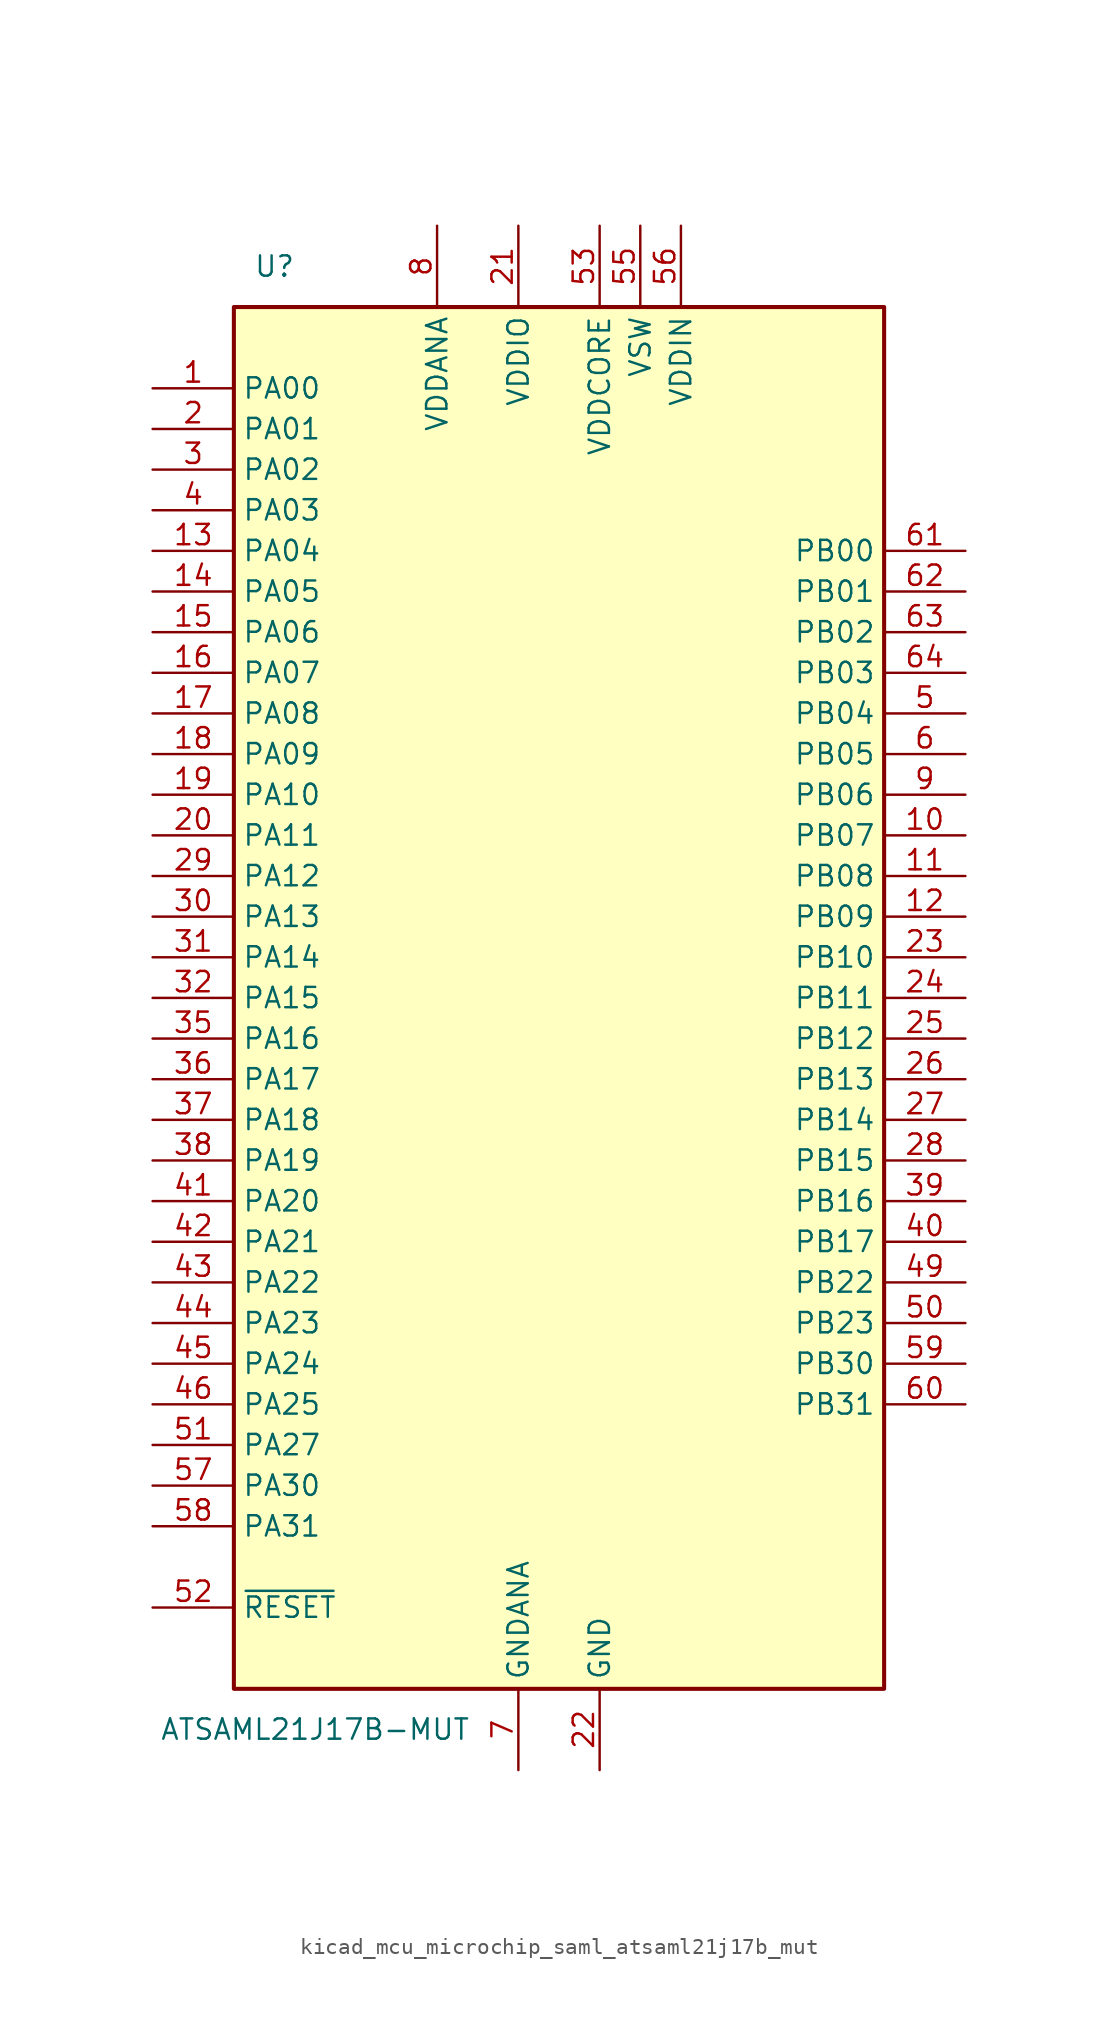
<source format=kicad_sym>
(kicad_symbol_lib
  (version 20220914)
  (generator kicad_symbol_editor)
  (symbol "kicad_mcu_microchip_saml_atsaml21j17b_mut"
    (property "Reference" "U"
      (at -17.78 45.72 0)
      (effects (font (size 1.27 1.27))))
    (property "Value" "ATSAML21J17B-MUT"
      (at -15.24 -45.72 0)
      (effects (font (size 1.27 1.27))))
    (symbol "kicad_mcu_microchip_saml_atsaml21j17b_mut_0_1"
      (rectangle (start -20.32 43.18) (end 20.32 -43.18) (stroke (width 0.254) (type default)) (fill (type background))))
    (symbol "kicad_mcu_microchip_saml_atsaml21j17b_mut_1_1"
      (pin bidirectional line (at -25.4 38.1 0) (length 5.08) (name "PA00" (effects (font (size 1.27 1.27)))) (number "1" (effects (font (size 1.27 1.27)))))
      (pin bidirectional line (at 25.4 10.16 180) (length 5.08) (name "PB07" (effects (font (size 1.27 1.27)))) (number "10" (effects (font (size 1.27 1.27)))))
      (pin bidirectional line (at 25.4 7.62 180) (length 5.08) (name "PB08" (effects (font (size 1.27 1.27)))) (number "11" (effects (font (size 1.27 1.27)))))
      (pin bidirectional line (at 25.4 5.08 180) (length 5.08) (name "PB09" (effects (font (size 1.27 1.27)))) (number "12" (effects (font (size 1.27 1.27)))))
      (pin bidirectional line (at -25.4 27.94 0) (length 5.08) (name "PA04" (effects (font (size 1.27 1.27)))) (number "13" (effects (font (size 1.27 1.27)))))
      (pin bidirectional line (at -25.4 25.4 0) (length 5.08) (name "PA05" (effects (font (size 1.27 1.27)))) (number "14" (effects (font (size 1.27 1.27)))))
      (pin bidirectional line (at -25.4 22.86 0) (length 5.08) (name "PA06" (effects (font (size 1.27 1.27)))) (number "15" (effects (font (size 1.27 1.27)))))
      (pin bidirectional line (at -25.4 20.32 0) (length 5.08) (name "PA07" (effects (font (size 1.27 1.27)))) (number "16" (effects (font (size 1.27 1.27)))))
      (pin bidirectional line (at -25.4 17.78 0) (length 5.08) (name "PA08" (effects (font (size 1.27 1.27)))) (number "17" (effects (font (size 1.27 1.27)))))
      (pin bidirectional line (at -25.4 15.24 0) (length 5.08) (name "PA09" (effects (font (size 1.27 1.27)))) (number "18" (effects (font (size 1.27 1.27)))))
      (pin bidirectional line (at -25.4 12.7 0) (length 5.08) (name "PA10" (effects (font (size 1.27 1.27)))) (number "19" (effects (font (size 1.27 1.27)))))
      (pin bidirectional line (at -25.4 35.56 0) (length 5.08) (name "PA01" (effects (font (size 1.27 1.27)))) (number "2" (effects (font (size 1.27 1.27)))))
      (pin bidirectional line (at -25.4 10.16 0) (length 5.08) (name "PA11" (effects (font (size 1.27 1.27)))) (number "20" (effects (font (size 1.27 1.27)))))
      (pin power_in line (at -2.54 48.26 270) (length 5.08) (name "VDDIO" (effects (font (size 1.27 1.27)))) (number "21" (effects (font (size 1.27 1.27)))))
      (pin power_in line (at 2.54 -48.26 90) (length 5.08) (name "GND" (effects (font (size 1.27 1.27)))) (number "22" (effects (font (size 1.27 1.27)))))
      (pin bidirectional line (at 25.4 2.54 180) (length 5.08) (name "PB10" (effects (font (size 1.27 1.27)))) (number "23" (effects (font (size 1.27 1.27)))))
      (pin bidirectional line (at 25.4 0 180) (length 5.08) (name "PB11" (effects (font (size 1.27 1.27)))) (number "24" (effects (font (size 1.27 1.27)))))
      (pin bidirectional line (at 25.4 -2.54 180) (length 5.08) (name "PB12" (effects (font (size 1.27 1.27)))) (number "25" (effects (font (size 1.27 1.27)))))
      (pin bidirectional line (at 25.4 -5.08 180) (length 5.08) (name "PB13" (effects (font (size 1.27 1.27)))) (number "26" (effects (font (size 1.27 1.27)))))
      (pin bidirectional line (at 25.4 -7.62 180) (length 5.08) (name "PB14" (effects (font (size 1.27 1.27)))) (number "27" (effects (font (size 1.27 1.27)))))
      (pin bidirectional line (at 25.4 -10.16 180) (length 5.08) (name "PB15" (effects (font (size 1.27 1.27)))) (number "28" (effects (font (size 1.27 1.27)))))
      (pin bidirectional line (at -25.4 7.62 0) (length 5.08) (name "PA12" (effects (font (size 1.27 1.27)))) (number "29" (effects (font (size 1.27 1.27)))))
      (pin bidirectional line (at -25.4 33.02 0) (length 5.08) (name "PA02" (effects (font (size 1.27 1.27)))) (number "3" (effects (font (size 1.27 1.27)))))
      (pin bidirectional line (at -25.4 5.08 0) (length 5.08) (name "PA13" (effects (font (size 1.27 1.27)))) (number "30" (effects (font (size 1.27 1.27)))))
      (pin bidirectional line (at -25.4 2.54 0) (length 5.08) (name "PA14" (effects (font (size 1.27 1.27)))) (number "31" (effects (font (size 1.27 1.27)))))
      (pin bidirectional line (at -25.4 0 0) (length 5.08) (name "PA15" (effects (font (size 1.27 1.27)))) (number "32" (effects (font (size 1.27 1.27)))))
      (pin passive line (at 2.54 -48.26 90) (length 5.08) hide (name "GND" (effects (font (size 1.27 1.27)))) (number "33" (effects (font (size 1.27 1.27)))))
      (pin passive line (at -2.54 48.26 270) (length 5.08) hide (name "VDDIO" (effects (font (size 1.27 1.27)))) (number "34" (effects (font (size 1.27 1.27)))))
      (pin bidirectional line (at -25.4 -2.54 0) (length 5.08) (name "PA16" (effects (font (size 1.27 1.27)))) (number "35" (effects (font (size 1.27 1.27)))))
      (pin bidirectional line (at -25.4 -5.08 0) (length 5.08) (name "PA17" (effects (font (size 1.27 1.27)))) (number "36" (effects (font (size 1.27 1.27)))))
      (pin bidirectional line (at -25.4 -7.62 0) (length 5.08) (name "PA18" (effects (font (size 1.27 1.27)))) (number "37" (effects (font (size 1.27 1.27)))))
      (pin bidirectional line (at -25.4 -10.16 0) (length 5.08) (name "PA19" (effects (font (size 1.27 1.27)))) (number "38" (effects (font (size 1.27 1.27)))))
      (pin bidirectional line (at 25.4 -12.7 180) (length 5.08) (name "PB16" (effects (font (size 1.27 1.27)))) (number "39" (effects (font (size 1.27 1.27)))))
      (pin bidirectional line (at -25.4 30.48 0) (length 5.08) (name "PA03" (effects (font (size 1.27 1.27)))) (number "4" (effects (font (size 1.27 1.27)))))
      (pin bidirectional line (at 25.4 -15.24 180) (length 5.08) (name "PB17" (effects (font (size 1.27 1.27)))) (number "40" (effects (font (size 1.27 1.27)))))
      (pin bidirectional line (at -25.4 -12.7 0) (length 5.08) (name "PA20" (effects (font (size 1.27 1.27)))) (number "41" (effects (font (size 1.27 1.27)))))
      (pin bidirectional line (at -25.4 -15.24 0) (length 5.08) (name "PA21" (effects (font (size 1.27 1.27)))) (number "42" (effects (font (size 1.27 1.27)))))
      (pin bidirectional line (at -25.4 -17.78 0) (length 5.08) (name "PA22" (effects (font (size 1.27 1.27)))) (number "43" (effects (font (size 1.27 1.27)))))
      (pin bidirectional line (at -25.4 -20.32 0) (length 5.08) (name "PA23" (effects (font (size 1.27 1.27)))) (number "44" (effects (font (size 1.27 1.27)))))
      (pin bidirectional line (at -25.4 -22.86 0) (length 5.08) (name "PA24" (effects (font (size 1.27 1.27)))) (number "45" (effects (font (size 1.27 1.27)))))
      (pin bidirectional line (at -25.4 -25.4 0) (length 5.08) (name "PA25" (effects (font (size 1.27 1.27)))) (number "46" (effects (font (size 1.27 1.27)))))
      (pin passive line (at 2.54 -48.26 90) (length 5.08) hide (name "GND" (effects (font (size 1.27 1.27)))) (number "47" (effects (font (size 1.27 1.27)))))
      (pin passive line (at -2.54 48.26 270) (length 5.08) hide (name "VDDIO" (effects (font (size 1.27 1.27)))) (number "48" (effects (font (size 1.27 1.27)))))
      (pin bidirectional line (at 25.4 -17.78 180) (length 5.08) (name "PB22" (effects (font (size 1.27 1.27)))) (number "49" (effects (font (size 1.27 1.27)))))
      (pin bidirectional line (at 25.4 17.78 180) (length 5.08) (name "PB04" (effects (font (size 1.27 1.27)))) (number "5" (effects (font (size 1.27 1.27)))))
      (pin bidirectional line (at 25.4 -20.32 180) (length 5.08) (name "PB23" (effects (font (size 1.27 1.27)))) (number "50" (effects (font (size 1.27 1.27)))))
      (pin bidirectional line (at -25.4 -27.94 0) (length 5.08) (name "PA27" (effects (font (size 1.27 1.27)))) (number "51" (effects (font (size 1.27 1.27)))))
      (pin input line (at -25.4 -38.1 0) (length 5.08) (name "~{RESET}" (effects (font (size 1.27 1.27)))) (number "52" (effects (font (size 1.27 1.27)))))
      (pin power_in line (at 2.54 48.26 270) (length 5.08) (name "VDDCORE" (effects (font (size 1.27 1.27)))) (number "53" (effects (font (size 1.27 1.27)))))
      (pin passive line (at 2.54 -48.26 90) (length 5.08) hide (name "GND" (effects (font (size 1.27 1.27)))) (number "54" (effects (font (size 1.27 1.27)))))
      (pin power_out line (at 5.08 48.26 270) (length 5.08) (name "VSW" (effects (font (size 1.27 1.27)))) (number "55" (effects (font (size 1.27 1.27)))))
      (pin power_in line (at 7.62 48.26 270) (length 5.08) (name "VDDIN" (effects (font (size 1.27 1.27)))) (number "56" (effects (font (size 1.27 1.27)))))
      (pin bidirectional line (at -25.4 -30.48 0) (length 5.08) (name "PA30" (effects (font (size 1.27 1.27)))) (number "57" (effects (font (size 1.27 1.27)))))
      (pin bidirectional line (at -25.4 -33.02 0) (length 5.08) (name "PA31" (effects (font (size 1.27 1.27)))) (number "58" (effects (font (size 1.27 1.27)))))
      (pin bidirectional line (at 25.4 -22.86 180) (length 5.08) (name "PB30" (effects (font (size 1.27 1.27)))) (number "59" (effects (font (size 1.27 1.27)))))
      (pin bidirectional line (at 25.4 15.24 180) (length 5.08) (name "PB05" (effects (font (size 1.27 1.27)))) (number "6" (effects (font (size 1.27 1.27)))))
      (pin bidirectional line (at 25.4 -25.4 180) (length 5.08) (name "PB31" (effects (font (size 1.27 1.27)))) (number "60" (effects (font (size 1.27 1.27)))))
      (pin bidirectional line (at 25.4 27.94 180) (length 5.08) (name "PB00" (effects (font (size 1.27 1.27)))) (number "61" (effects (font (size 1.27 1.27)))))
      (pin bidirectional line (at 25.4 25.4 180) (length 5.08) (name "PB01" (effects (font (size 1.27 1.27)))) (number "62" (effects (font (size 1.27 1.27)))))
      (pin bidirectional line (at 25.4 22.86 180) (length 5.08) (name "PB02" (effects (font (size 1.27 1.27)))) (number "63" (effects (font (size 1.27 1.27)))))
      (pin bidirectional line (at 25.4 20.32 180) (length 5.08) (name "PB03" (effects (font (size 1.27 1.27)))) (number "64" (effects (font (size 1.27 1.27)))))
      (pin power_in line (at -2.54 -48.26 90) (length 5.08) (name "GNDANA" (effects (font (size 1.27 1.27)))) (number "7" (effects (font (size 1.27 1.27)))))
      (pin power_in line (at -7.62 48.26 270) (length 5.08) (name "VDDANA" (effects (font (size 1.27 1.27)))) (number "8" (effects (font (size 1.27 1.27)))))
      (pin bidirectional line (at 25.4 12.7 180) (length 5.08) (name "PB06" (effects (font (size 1.27 1.27)))) (number "9" (effects (font (size 1.27 1.27))))))))
</source>
